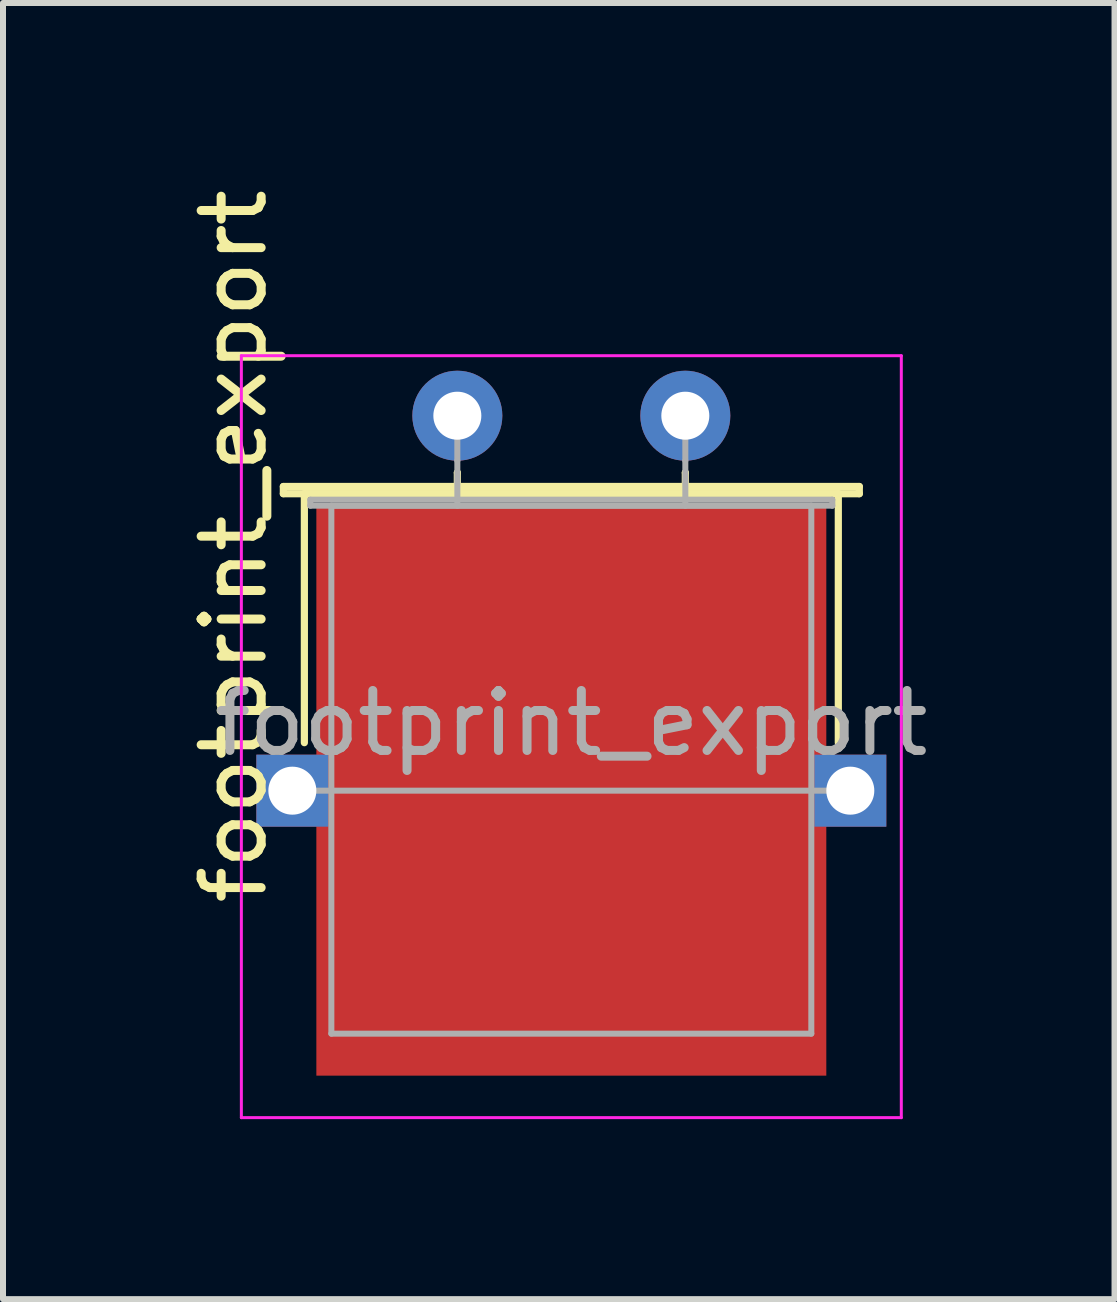
<source format=kicad_pcb>
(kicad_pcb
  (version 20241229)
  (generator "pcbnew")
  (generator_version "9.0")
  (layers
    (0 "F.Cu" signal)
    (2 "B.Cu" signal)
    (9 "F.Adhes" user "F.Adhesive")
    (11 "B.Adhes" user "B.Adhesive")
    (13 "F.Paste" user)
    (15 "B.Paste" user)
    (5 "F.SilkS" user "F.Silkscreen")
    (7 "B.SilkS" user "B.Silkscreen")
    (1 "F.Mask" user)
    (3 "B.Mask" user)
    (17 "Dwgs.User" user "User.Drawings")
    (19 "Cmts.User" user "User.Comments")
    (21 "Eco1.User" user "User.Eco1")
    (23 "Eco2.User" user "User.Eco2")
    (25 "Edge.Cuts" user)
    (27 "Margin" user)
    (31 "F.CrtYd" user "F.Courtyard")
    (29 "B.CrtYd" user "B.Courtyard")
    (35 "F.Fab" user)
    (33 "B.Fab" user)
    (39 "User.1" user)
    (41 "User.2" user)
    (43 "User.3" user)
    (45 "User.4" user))
  (footprint "footprint_export"
    (layer "F.Cu")
    (at 4.573 3.879)
    (property "Reference" "footprint_export" (at -3.725 2.175 90) (layer "F.SilkS") (effects (font (size 1 1) (thickness 0.15))))
    (attr through_hole)
    (fp_line (start -2.9 1.18) (end 6.7 1.18) (stroke (width 0.12) (type solid)) (layer "F.SilkS"))
    (fp_line (start -2.9 1.3) (end -2.9 1.18) (stroke (width 0.12) (type solid)) (layer "F.SilkS"))
    (fp_line (start -2.55 1.3) (end 6.35 1.3) (stroke (width 0.12) (type solid)) (layer "F.SilkS"))
    (fp_line (start -2.55 5.45) (end -2.55 1.3) (stroke (width 0.12) (type solid)) (layer "F.SilkS"))
    (fp_line (start 0 0.95) (end 0 0.95) (stroke (width 0.12) (type solid)) (layer "F.SilkS"))
    (fp_line (start 0 1.3) (end 0 0.95) (stroke (width 0.12) (type solid)) (layer "F.SilkS"))
    (fp_line (start 3.8 0.95) (end 3.8 0.95) (stroke (width 0.12) (type solid)) (layer "F.SilkS"))
    (fp_line (start 3.8 1.3) (end 3.8 0.95) (stroke (width 0.12) (type solid)) (layer "F.SilkS"))
    (fp_line (start 6.35 1.3) (end 6.35 5.45) (stroke (width 0.12) (type solid)) (layer "F.SilkS"))
    (fp_line (start 6.7 1.18) (end 6.7 1.3) (stroke (width 0.12) (type solid)) (layer "F.SilkS"))
    (fp_line (start 6.7 1.3) (end -2.9 1.3) (stroke (width 0.12) (type solid)) (layer "F.SilkS"))
    (fp_line (start -3.6 -1) (end -3.6 11.7) (stroke (width 0.05) (type solid)) (layer "F.CrtYd"))
    (fp_line (start -3.6 11.7) (end 7.4 11.7) (stroke (width 0.05) (type solid)) (layer "F.CrtYd"))
    (fp_line (start 7.4 -1) (end -3.6 -1) (stroke (width 0.05) (type solid)) (layer "F.CrtYd"))
    (fp_line (start 7.4 11.7) (end 7.4 -1) (stroke (width 0.05) (type solid)) (layer "F.CrtYd"))
    (fp_line (start -2.75 6.25) (end 6.55 6.25) (stroke (width 0.1) (type solid)) (layer "F.Fab"))
    (fp_line (start -2.45 1.4) (end 6.25 1.4) (stroke (width 0.1) (type solid)) (layer "F.Fab"))
    (fp_line (start -2.45 1.5) (end -2.45 1.4) (stroke (width 0.1) (type solid)) (layer "F.Fab"))
    (fp_line (start -2.1 1.5) (end -2.1 10.3) (stroke (width 0.1) (type solid)) (layer "F.Fab"))
    (fp_line (start -2.1 10.3) (end 5.9 10.3) (stroke (width 0.1) (type solid)) (layer "F.Fab"))
    (fp_line (start 0 0.75) (end 0 0) (stroke (width 0.1) (type solid)) (layer "F.Fab"))
    (fp_line (start 0 1.5) (end 0 0.75) (stroke (width 0.1) (type solid)) (layer "F.Fab"))
    (fp_line (start 3.8 0.75) (end 3.8 0) (stroke (width 0.1) (type solid)) (layer "F.Fab"))
    (fp_line (start 3.8 1.5) (end 3.8 0.75) (stroke (width 0.1) (type solid)) (layer "F.Fab"))
    (fp_line (start 5.9 1.5) (end -2.1 1.5) (stroke (width 0.1) (type solid)) (layer "F.Fab"))
    (fp_line (start 5.9 10.3) (end 5.9 1.5) (stroke (width 0.1) (type solid)) (layer "F.Fab"))
    (fp_line (start 6.25 1.4) (end 6.25 1.5) (stroke (width 0.1) (type solid)) (layer "F.Fab"))
    (fp_line (start 6.25 1.5) (end -2.45 1.5) (stroke (width 0.1) (type solid)) (layer "F.Fab"))
    (fp_text user "${REFERENCE}" (at 1.9 5.125 0) (layer "F.Fab") (effects (font (size 1 1) (thickness 0.15))))
    (pad "1" thru_hole circle (at 0 0) (size 1.5 1.5) (drill 0.8) (layers "*.Cu" "*.Mask"))
    (pad "2" thru_hole circle (at 3.8 0) (size 1.5 1.5) (drill 0.8) (layers "*.Cu" "*.Mask"))
    (pad "3" thru_hole rect (at -2.75 6.25) (size 1.2 1.2) (drill 0.8) (layers "*.Cu" "*.Mask"))
    (pad "3" smd rect (at 1.9 6.25) (size 8.5 9.5) (layers "F.Cu" "F.Mask" "F.Paste"))
    (pad "3" thru_hole rect (at 6.55 6.25) (size 1.2 1.2) (drill 0.8) (layers "*.Cu" "*.Mask")))
  (gr_rect
    (start -3 -3)
    (end 15.527 18.604)
    (stroke (width 0.1) (type default))
    (fill no)
    (layer "Edge.Cuts")))
</source>
